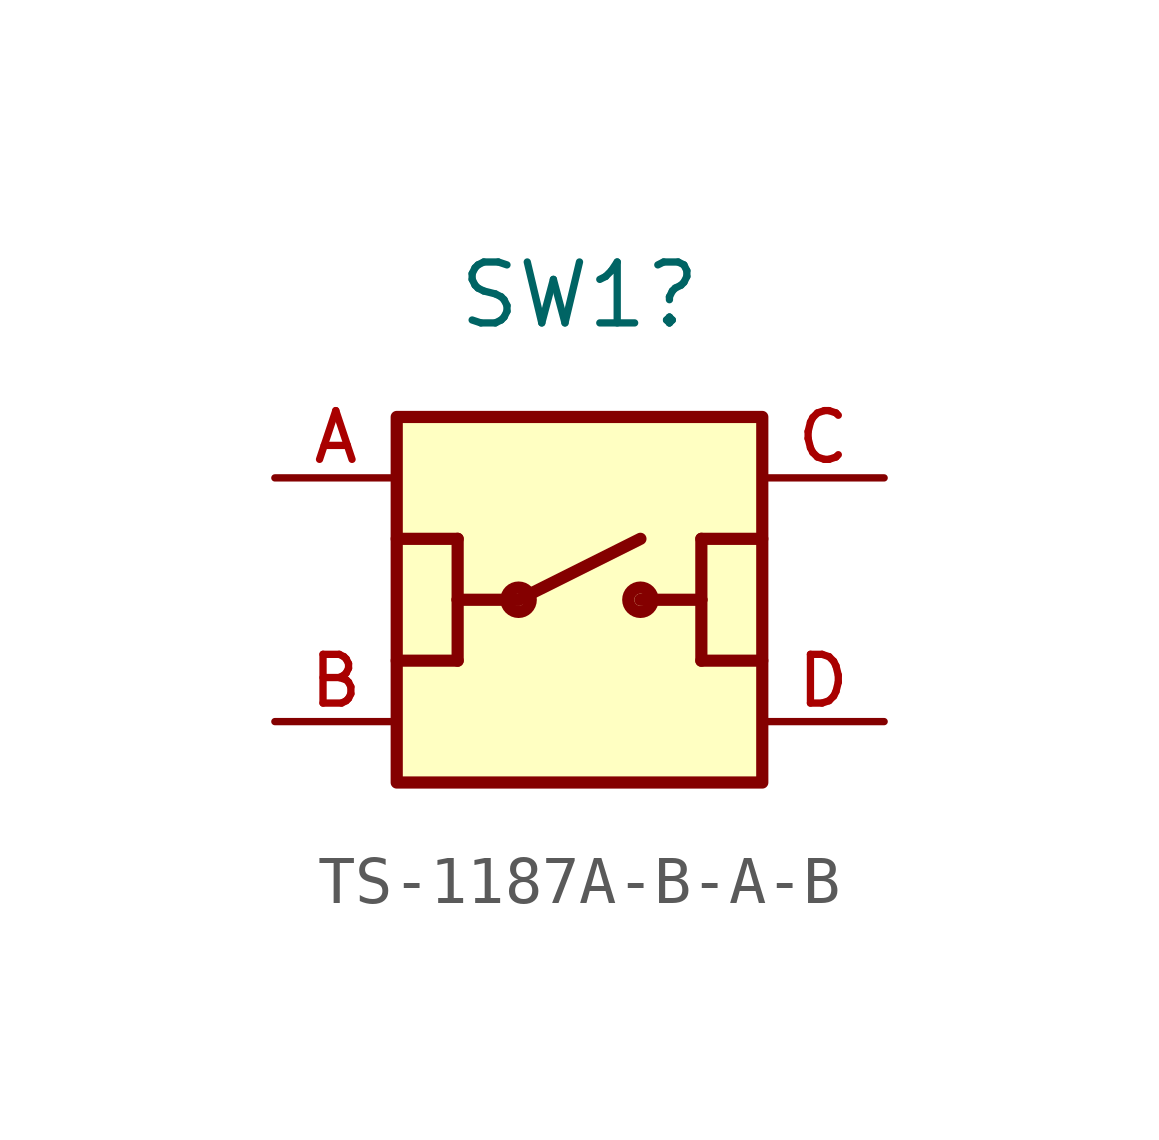
<source format=kicad_sym>
(kicad_symbol_lib
  (version 20211014)
  (generator kicad_symbol_editor)
  (symbol "TS-1187A-B-A-B"
    (pin_names
      (offset 1.016))
    (property "Reference" "SW1"
      (at 1.27 6.35 0)
      (effects (font (size 1.27 1.27))))
    (symbol "TS-1187A-B-A-B_0_0"
      (rectangle (start -2.54 3.81) (end 5.08 -3.81) (stroke (width 0.254) (type default) (color 0 0 0 0)) (fill (type background)))
      (polyline (pts (xy -2.54 1.27) (xy -1.27 1.27)) (stroke (width 0.254) (type default) (color 0 0 0 0)) (fill (type none)))
      (polyline (pts (xy -1.27 -1.27) (xy -2.54 -1.27)) (stroke (width 0.254) (type default) (color 0 0 0 0)) (fill (type none)))
      (polyline (pts (xy -1.27 0) (xy -1.27 -1.27)) (stroke (width 0.254) (type default) (color 0 0 0 0)) (fill (type none)))
      (polyline (pts (xy -1.27 0) (xy 0 0)) (stroke (width 0.254) (type default) (color 0 0 0 0)) (fill (type none)))
      (polyline (pts (xy -1.27 1.27) (xy -1.27 0)) (stroke (width 0.254) (type default) (color 0 0 0 0)) (fill (type none)))
      (polyline (pts (xy 0 0) (xy 2.54 1.27)) (stroke (width 0.254) (type default) (color 0 0 0 0)) (fill (type none)))
      (polyline (pts (xy 2.54 0) (xy 3.81 0)) (stroke (width 0.254) (type default) (color 0 0 0 0)) (fill (type none)))
      (polyline (pts (xy 3.81 -1.27) (xy 5.08 -1.27)) (stroke (width 0.254) (type default) (color 0 0 0 0)) (fill (type none)))
      (polyline (pts (xy 3.81 0) (xy 3.81 -1.27)) (stroke (width 0.254) (type default) (color 0 0 0 0)) (fill (type none)))
      (polyline (pts (xy 3.81 0) (xy 3.81 1.27)) (stroke (width 0.254) (type default) (color 0 0 0 0)) (fill (type none)))
      (polyline (pts (xy 3.81 1.27) (xy 5.08 1.27)) (stroke (width 0.254) (type default) (color 0 0 0 0)) (fill (type none)))
      (circle (center 0 0) (radius 0.254) (stroke (width 0.254) (type default) (color 0 0 0 0)) (fill (type none)))
      (circle (center 2.54 0) (radius 0.254) (stroke (width 0.254) (type default) (color 0 0 0 0)) (fill (type none)))
      (pin passive line (at -5.08 2.54 0) (length 2.54) (name "~" (effects (font (size 1.016 1.016)))) (number "A" (effects (font (size 1.016 1.016)))))
      (pin passive line (at -5.08 -2.54 0) (length 2.54) (name "~" (effects (font (size 1.016 1.016)))) (number "B" (effects (font (size 1.016 1.016)))))
      (pin passive line (at 7.62 2.54 180) (length 2.54) (name "~" (effects (font (size 1.016 1.016)))) (number "C" (effects (font (size 1.016 1.016)))))
      (pin passive line (at 7.62 -2.54 180) (length 2.54) (name "~" (effects (font (size 1.016 1.016)))) (number "D" (effects (font (size 1.016 1.016))))))))
</source>
